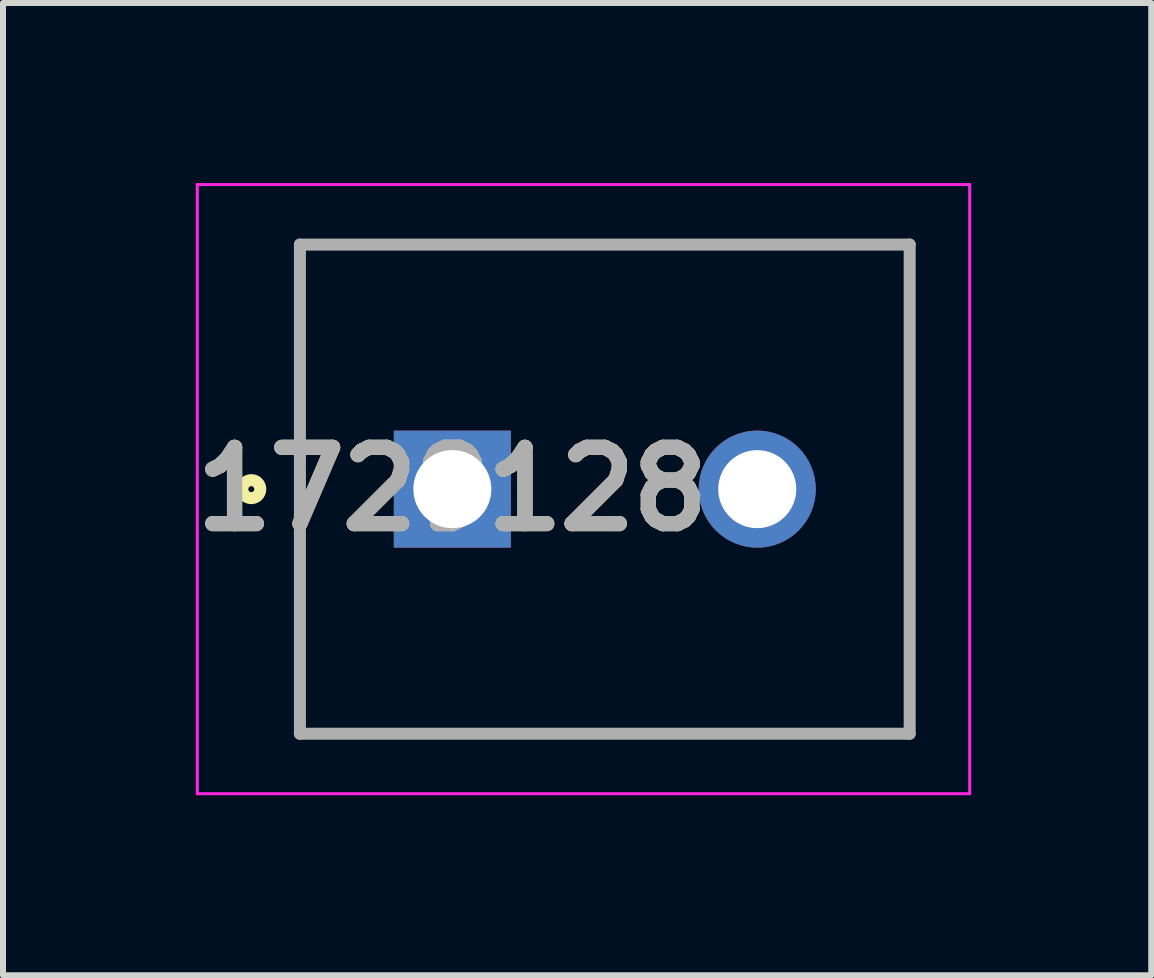
<source format=kicad_pcb>
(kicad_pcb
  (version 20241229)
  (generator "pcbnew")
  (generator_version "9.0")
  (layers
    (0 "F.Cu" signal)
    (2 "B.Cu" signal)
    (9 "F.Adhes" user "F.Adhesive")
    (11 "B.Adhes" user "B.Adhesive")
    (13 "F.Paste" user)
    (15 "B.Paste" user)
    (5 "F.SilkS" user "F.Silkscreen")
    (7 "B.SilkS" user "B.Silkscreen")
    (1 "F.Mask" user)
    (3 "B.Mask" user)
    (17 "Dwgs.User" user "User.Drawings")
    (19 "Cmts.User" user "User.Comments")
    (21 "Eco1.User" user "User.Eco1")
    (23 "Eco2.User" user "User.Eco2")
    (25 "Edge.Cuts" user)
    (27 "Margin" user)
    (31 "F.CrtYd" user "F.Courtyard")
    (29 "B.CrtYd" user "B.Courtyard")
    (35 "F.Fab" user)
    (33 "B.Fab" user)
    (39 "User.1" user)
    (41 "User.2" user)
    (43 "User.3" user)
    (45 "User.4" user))
  (footprint "1729128"
    (layer "F.Cu")
    (at 4.487 5.1)
    (property "Reference" "1729128" (at 0 0 0) (layer "F.SilkS") (effects (font (size 1.27 1.27) (thickness 0.254))))
    (attr through_hole)
    (fp_line (start -2.54 -4.075) (end 7.62 -4.075) (stroke (width 0.1) (type solid)) (layer "F.SilkS"))
    (fp_line (start -2.54 4.075) (end -2.54 -4.075) (stroke (width 0.1) (type solid)) (layer "F.SilkS"))
    (fp_line (start 7.62 -4.075) (end 7.62 4.075) (stroke (width 0.1) (type solid)) (layer "F.SilkS"))
    (fp_line (start 7.62 4.075) (end -2.54 4.075) (stroke (width 0.1) (type solid)) (layer "F.SilkS"))
    (fp_circle (center -3.35 0) (end -3.35 0.05) (stroke (width 0.2) (type solid)) (fill no) (layer "F.SilkS"))
    (fp_line (start -4.25 -5.075) (end 8.62 -5.075) (stroke (width 0.05) (type solid)) (layer "F.CrtYd"))
    (fp_line (start -4.25 5.075) (end -4.25 -5.075) (stroke (width 0.05) (type solid)) (layer "F.CrtYd"))
    (fp_line (start 8.62 -5.075) (end 8.62 5.075) (stroke (width 0.05) (type solid)) (layer "F.CrtYd"))
    (fp_line (start 8.62 5.075) (end -4.25 5.075) (stroke (width 0.05) (type solid)) (layer "F.CrtYd"))
    (fp_line (start -2.54 -4.075) (end 7.62 -4.075) (stroke (width 0.2) (type solid)) (layer "F.Fab"))
    (fp_line (start -2.54 4.075) (end -2.54 -4.075) (stroke (width 0.2) (type solid)) (layer "F.Fab"))
    (fp_line (start 7.62 -4.075) (end 7.62 4.075) (stroke (width 0.2) (type solid)) (layer "F.Fab"))
    (fp_line (start 7.62 4.075) (end -2.54 4.075) (stroke (width 0.2) (type solid)) (layer "F.Fab"))
    (fp_text user "${REFERENCE}" (at 0 0 0) (layer "F.Fab") (effects (font (size 1.27 1.27) (thickness 0.254))))
    (pad "1" thru_hole rect (at 0 0) (size 1.95 1.95) (drill 1.3) (layers "*.Cu" "*.Mask"))
    (pad "2" thru_hole circle (at 5.08 0) (size 1.95 1.95) (drill 1.3) (layers "*.Cu" "*.Mask")))
  (gr_rect
    (start -3 -3)
    (end 16.132 13.2)
    (stroke (width 0.1) (type default))
    (fill no)
    (layer "Edge.Cuts")))
</source>
